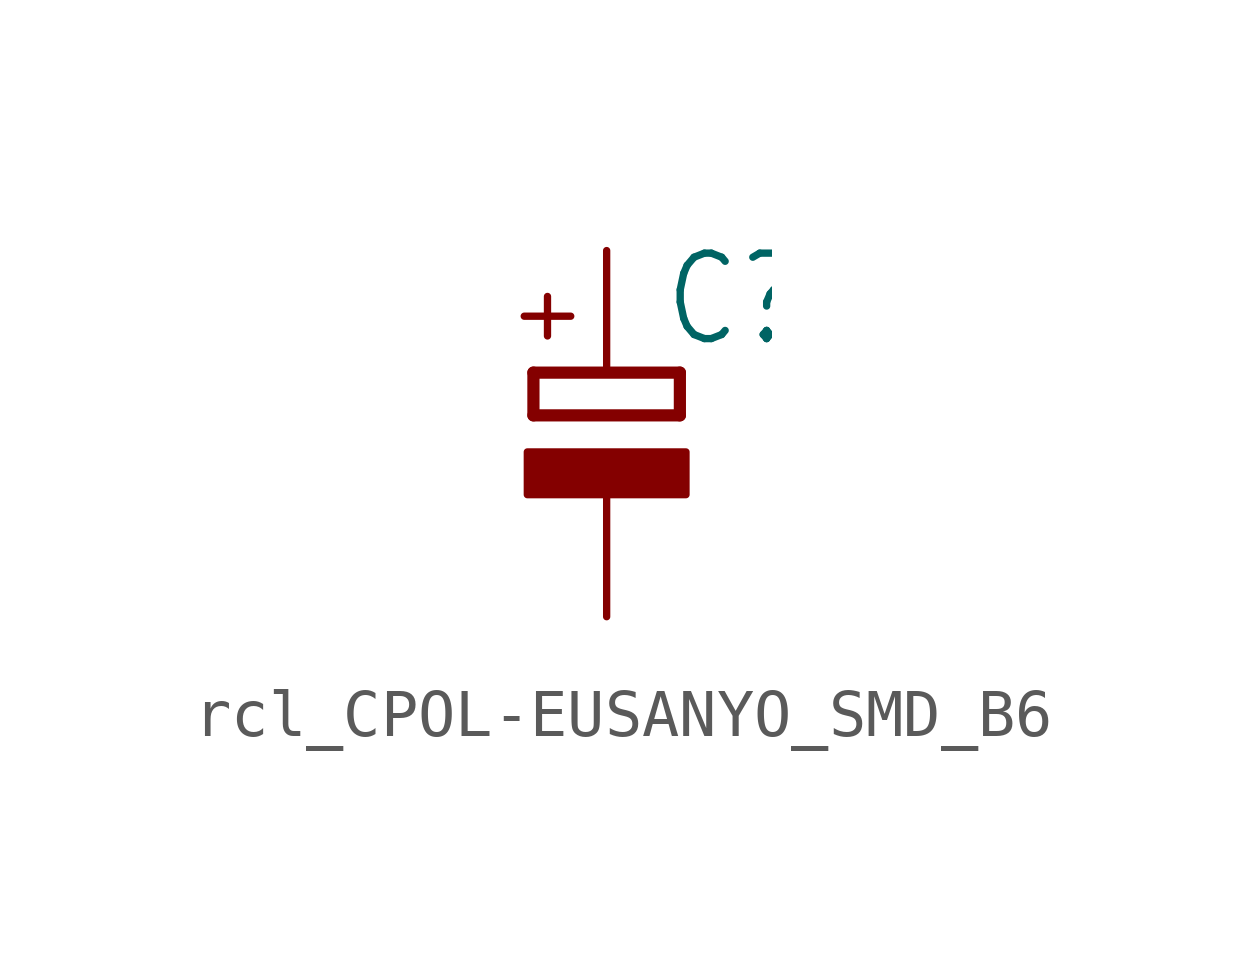
<source format=kicad_sym>
(kicad_symbol_lib
  (version 20231120)
  (generator "kicad_symbol_editor")
  (generator_version "8.0")
  (symbol "rcl_CPOL-EUSANYO_SMD_B6"
    (property "Reference" "C"
      (at 1.143 0.483 0)
      (effects (font (size 1.778 1.511)) (justify left bottom)))
    (property "Value" ""
      (at 1.143 -4.597 0)
      (effects (font (size 1.778 1.511)) (justify left bottom)))
    (property "ki_locked" ""
      (at 0 0 0)
      (effects (font (size 1.27 1.27))))
    (symbol "rcl_CPOL-EUSANYO_SMD_B6_1_0"
      (rectangle (start -1.651 -2.54) (end 1.651 -1.651) (stroke (width 0) (type default)) (fill (type outline)))
      (polyline (pts (xy -1.524 -0.889) (xy 1.524 -0.889)) (stroke (width 0.254) (type solid)) (fill (type none)))
      (polyline (pts (xy -1.524 0) (xy -1.524 -0.889)) (stroke (width 0.254) (type solid)) (fill (type none)))
      (polyline (pts (xy -1.524 0) (xy 1.524 0)) (stroke (width 0.254) (type solid)) (fill (type none)))
      (polyline (pts (xy 1.524 -0.889) (xy 1.524 0)) (stroke (width 0.254) (type solid)) (fill (type none)))
      (text "+" (at -0.584 0.406 900) (effects (font (size 1.27 1.079)) (justify left bottom)))
      (pin passive line (at 0 2.54 270) (length 2.54) (name "+" (effects (font (size 0 0)))) (number "+" (effects (font (size 0 0)))))
      (pin passive line (at 0 -5.08 90) (length 2.54) (name "-" (effects (font (size 0 0)))) (number "-" (effects (font (size 0 0))))))))
</source>
